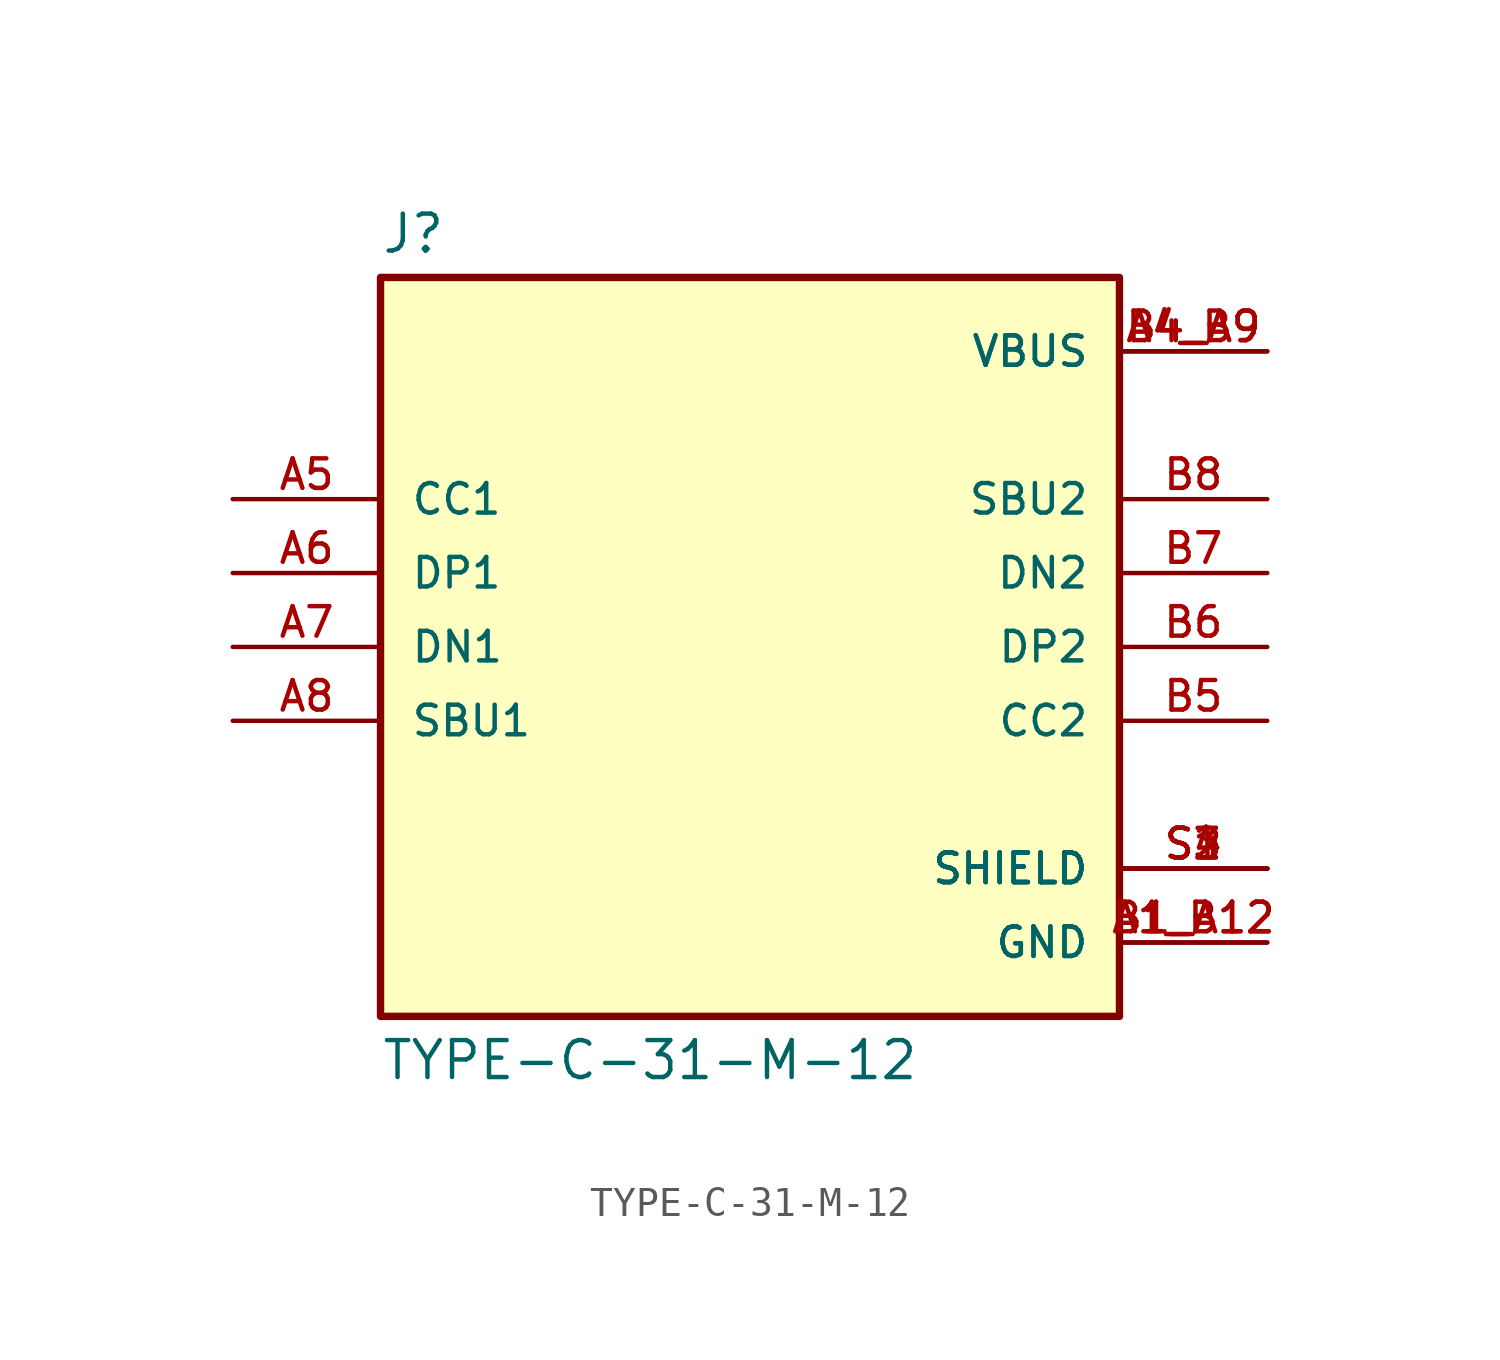
<source format=kicad_sym>
(kicad_symbol_lib
  (version 20231120)
  (generator "kicad_symbol_editor")
  (generator_version "8.0")
  (symbol "TYPE-C-31-M-12"
    (pin_names
      (offset 1.016))
    (property "Reference" "J"
      (at -12.7 13.462 0)
      (effects (font (size 1.27 1.27)) (justify left bottom)))
    (property "Value" "TYPE-C-31-M-12"
      (at -12.7 -13.462 0)
      (effects (font (size 1.27 1.27)) (justify left top)))
    (symbol "TYPE-C-31-M-12_0_0"
      (rectangle (start -12.7 -12.7) (end 12.7 12.7) (stroke (width 0.254) (type default)) (fill (type background)))
      (pin power_in line (at 17.78 -10.16 180) (length 5.08) (name "GND" (effects (font (size 1.016 1.016)))) (number "A1_B12" (effects (font (size 1.016 1.016)))))
      (pin power_in line (at 17.78 10.16 180) (length 5.08) (name "VBUS" (effects (font (size 1.016 1.016)))) (number "A4_B9" (effects (font (size 1.016 1.016)))))
      (pin bidirectional line (at -17.78 5.08 0) (length 5.08) (name "CC1" (effects (font (size 1.016 1.016)))) (number "A5" (effects (font (size 1.016 1.016)))))
      (pin bidirectional line (at -17.78 2.54 0) (length 5.08) (name "DP1" (effects (font (size 1.016 1.016)))) (number "A6" (effects (font (size 1.016 1.016)))))
      (pin bidirectional line (at -17.78 0 0) (length 5.08) (name "DN1" (effects (font (size 1.016 1.016)))) (number "A7" (effects (font (size 1.016 1.016)))))
      (pin bidirectional line (at -17.78 -2.54 0) (length 5.08) (name "SBU1" (effects (font (size 1.016 1.016)))) (number "A8" (effects (font (size 1.016 1.016)))))
      (pin power_in line (at 17.78 -10.16 180) (length 5.08) (name "GND" (effects (font (size 1.016 1.016)))) (number "B1_A12" (effects (font (size 1.016 1.016)))))
      (pin power_in line (at 17.78 10.16 180) (length 5.08) (name "VBUS" (effects (font (size 1.016 1.016)))) (number "B4_A9" (effects (font (size 1.016 1.016)))))
      (pin bidirectional line (at 17.78 -2.54 180) (length 5.08) (name "CC2" (effects (font (size 1.016 1.016)))) (number "B5" (effects (font (size 1.016 1.016)))))
      (pin bidirectional line (at 17.78 0 180) (length 5.08) (name "DP2" (effects (font (size 1.016 1.016)))) (number "B6" (effects (font (size 1.016 1.016)))))
      (pin bidirectional line (at 17.78 2.54 180) (length 5.08) (name "DN2" (effects (font (size 1.016 1.016)))) (number "B7" (effects (font (size 1.016 1.016)))))
      (pin bidirectional line (at 17.78 5.08 180) (length 5.08) (name "SBU2" (effects (font (size 1.016 1.016)))) (number "B8" (effects (font (size 1.016 1.016)))))
      (pin passive line (at 17.78 -7.62 180) (length 5.08) (name "SHIELD" (effects (font (size 1.016 1.016)))) (number "S1" (effects (font (size 1.016 1.016)))))
      (pin passive line (at 17.78 -7.62 180) (length 5.08) (name "SHIELD" (effects (font (size 1.016 1.016)))) (number "S2" (effects (font (size 1.016 1.016)))))
      (pin passive line (at 17.78 -7.62 180) (length 5.08) (name "SHIELD" (effects (font (size 1.016 1.016)))) (number "S3" (effects (font (size 1.016 1.016)))))
      (pin passive line (at 17.78 -7.62 180) (length 5.08) (name "SHIELD" (effects (font (size 1.016 1.016)))) (number "S4" (effects (font (size 1.016 1.016))))))))
</source>
